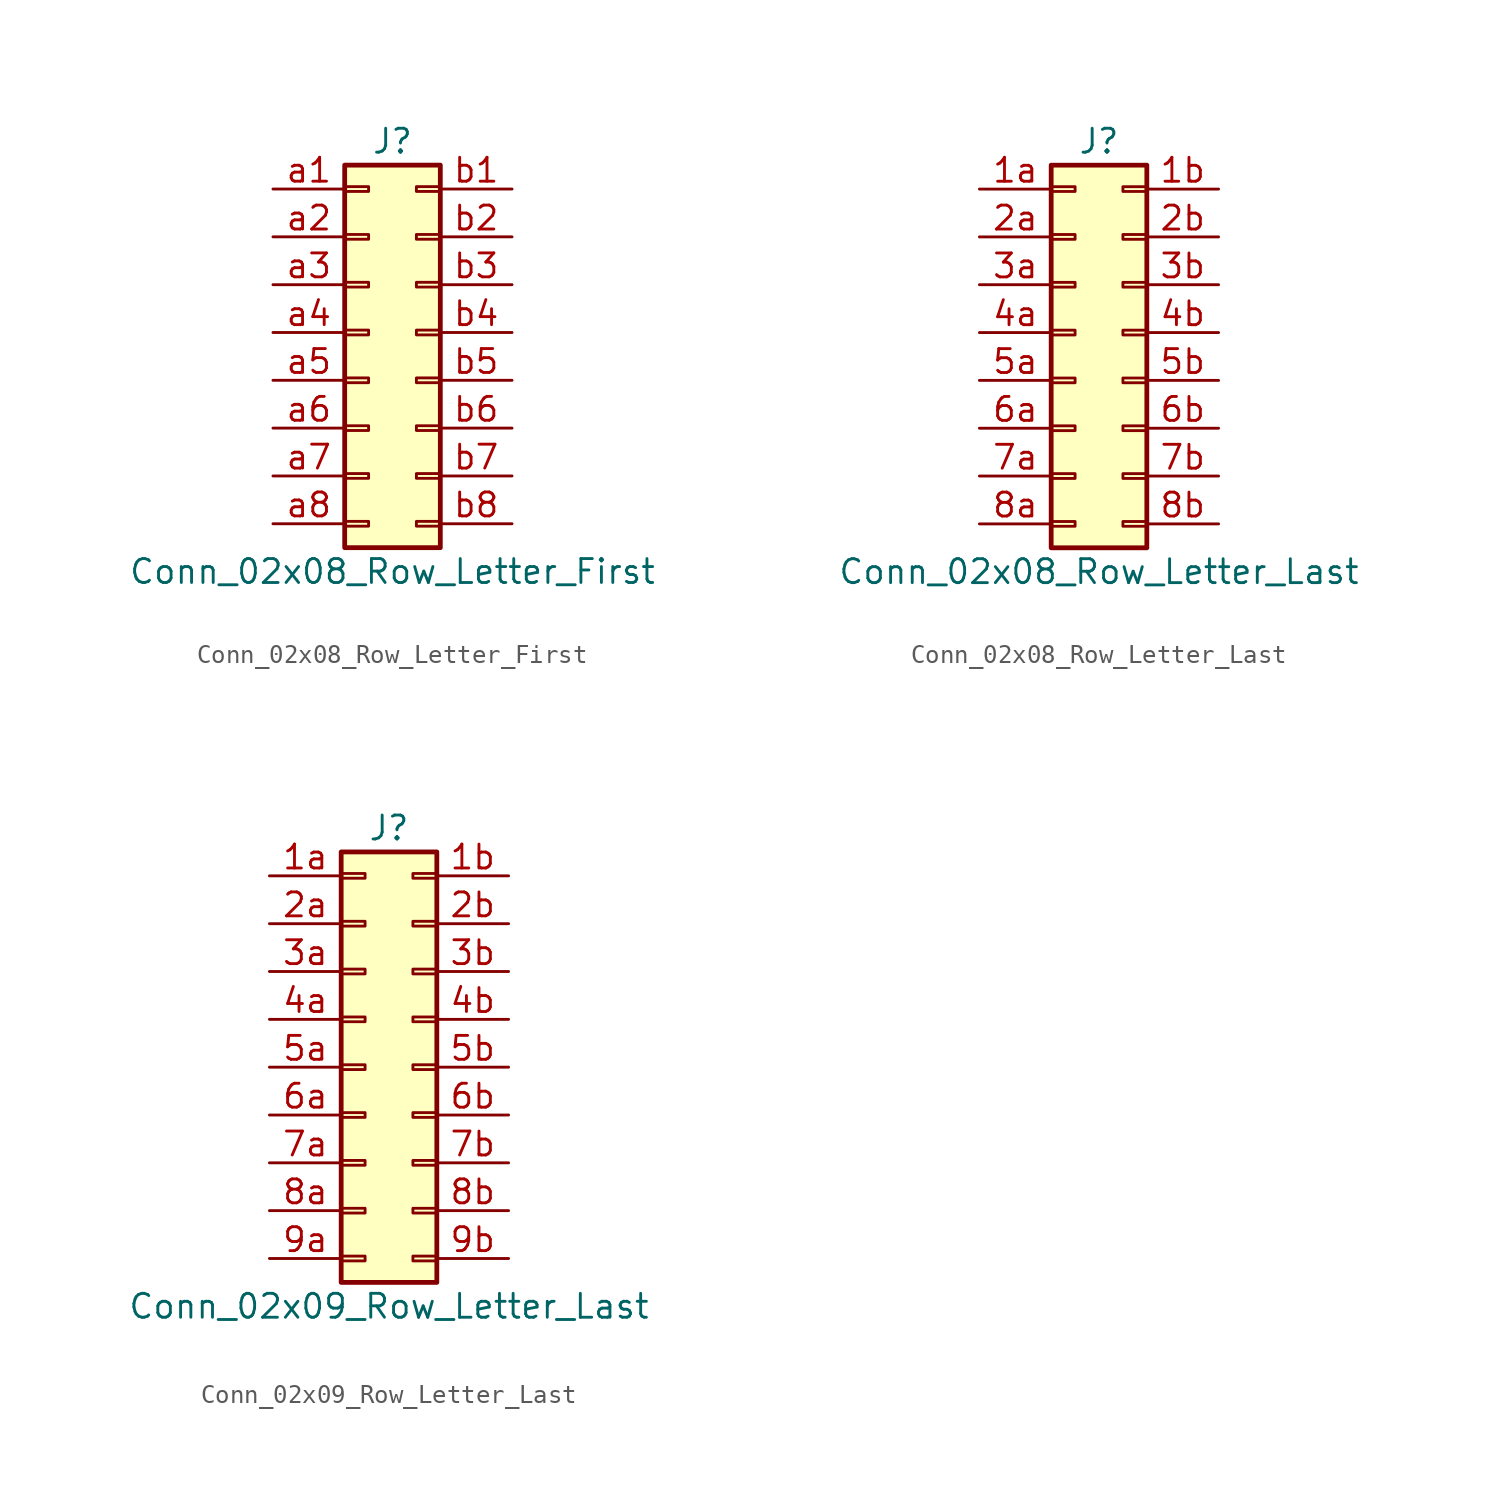
<source format=kicad_sym>
(kicad_symbol_lib
  (version 20201005)
  (generator kicad_symbol_editor)
  (symbol "Connector_Generic:Conn_02x08_Row_Letter_First"
    (pin_names
      (offset 1.016) hide)
    (property "Reference" "J"
      (at 1.27 10.16 0)
      (effects (font (size 1.27 1.27))))
    (property "Value" "Conn_02x08_Row_Letter_First"
      (at 1.27 -12.7 0)
      (effects (font (size 1.27 1.27))))
    (symbol "Conn_02x08_Row_Letter_First_1_1"
      (rectangle (start -1.27 -4.953) (end 0 -5.207) (stroke (width 0.152)) (fill (type none)))
      (rectangle (start -1.27 -7.493) (end 0 -7.747) (stroke (width 0.152)) (fill (type none)))
      (rectangle (start -1.27 -10.033) (end 0 -10.287) (stroke (width 0.152)) (fill (type none)))
      (rectangle (start -1.27 -2.413) (end 0 -2.667) (stroke (width 0.152)) (fill (type none)))
      (rectangle (start -1.27 2.667) (end 0 2.413) (stroke (width 0.152)) (fill (type none)))
      (rectangle (start -1.27 5.207) (end 0 4.953) (stroke (width 0.152)) (fill (type none)))
      (rectangle (start -1.27 7.747) (end 0 7.493) (stroke (width 0.152)) (fill (type none)))
      (rectangle (start -1.27 8.89) (end 3.81 -11.43) (stroke (width 0.254)) (fill (type background)))
      (rectangle (start -1.27 0.127) (end 0 -0.127) (stroke (width 0.152)) (fill (type none)))
      (rectangle (start 3.81 -4.953) (end 2.54 -5.207) (stroke (width 0.152)) (fill (type none)))
      (rectangle (start 3.81 -7.493) (end 2.54 -7.747) (stroke (width 0.152)) (fill (type none)))
      (rectangle (start 3.81 -10.033) (end 2.54 -10.287) (stroke (width 0.152)) (fill (type none)))
      (rectangle (start 3.81 -2.413) (end 2.54 -2.667) (stroke (width 0.152)) (fill (type none)))
      (rectangle (start 3.81 2.667) (end 2.54 2.413) (stroke (width 0.152)) (fill (type none)))
      (rectangle (start 3.81 5.207) (end 2.54 4.953) (stroke (width 0.152)) (fill (type none)))
      (rectangle (start 3.81 7.747) (end 2.54 7.493) (stroke (width 0.152)) (fill (type none)))
      (rectangle (start 3.81 0.127) (end 2.54 -0.127) (stroke (width 0.152)) (fill (type none)))
      (pin passive line (at -5.08 7.62 0) (length 3.81) (name "Pin_a1" (effects (font (size 1.27 1.27)))) (number "a1" (effects (font (size 1.27 1.27)))))
      (pin passive line (at -5.08 5.08 0) (length 3.81) (name "Pin_a2" (effects (font (size 1.27 1.27)))) (number "a2" (effects (font (size 1.27 1.27)))))
      (pin passive line (at -5.08 2.54 0) (length 3.81) (name "Pin_a3" (effects (font (size 1.27 1.27)))) (number "a3" (effects (font (size 1.27 1.27)))))
      (pin passive line (at -5.08 0 0) (length 3.81) (name "Pin_a4" (effects (font (size 1.27 1.27)))) (number "a4" (effects (font (size 1.27 1.27)))))
      (pin passive line (at -5.08 -2.54 0) (length 3.81) (name "Pin_a5" (effects (font (size 1.27 1.27)))) (number "a5" (effects (font (size 1.27 1.27)))))
      (pin passive line (at -5.08 -5.08 0) (length 3.81) (name "Pin_a6" (effects (font (size 1.27 1.27)))) (number "a6" (effects (font (size 1.27 1.27)))))
      (pin passive line (at -5.08 -7.62 0) (length 3.81) (name "Pin_a7" (effects (font (size 1.27 1.27)))) (number "a7" (effects (font (size 1.27 1.27)))))
      (pin passive line (at -5.08 -10.16 0) (length 3.81) (name "Pin_a8" (effects (font (size 1.27 1.27)))) (number "a8" (effects (font (size 1.27 1.27)))))
      (pin passive line (at 7.62 7.62 180) (length 3.81) (name "Pin_b1" (effects (font (size 1.27 1.27)))) (number "b1" (effects (font (size 1.27 1.27)))))
      (pin passive line (at 7.62 5.08 180) (length 3.81) (name "Pin_b2" (effects (font (size 1.27 1.27)))) (number "b2" (effects (font (size 1.27 1.27)))))
      (pin passive line (at 7.62 2.54 180) (length 3.81) (name "Pin_b3" (effects (font (size 1.27 1.27)))) (number "b3" (effects (font (size 1.27 1.27)))))
      (pin passive line (at 7.62 0 180) (length 3.81) (name "Pin_b4" (effects (font (size 1.27 1.27)))) (number "b4" (effects (font (size 1.27 1.27)))))
      (pin passive line (at 7.62 -2.54 180) (length 3.81) (name "Pin_b5" (effects (font (size 1.27 1.27)))) (number "b5" (effects (font (size 1.27 1.27)))))
      (pin passive line (at 7.62 -5.08 180) (length 3.81) (name "Pin_b6" (effects (font (size 1.27 1.27)))) (number "b6" (effects (font (size 1.27 1.27)))))
      (pin passive line (at 7.62 -7.62 180) (length 3.81) (name "Pin_b7" (effects (font (size 1.27 1.27)))) (number "b7" (effects (font (size 1.27 1.27)))))
      (pin passive line (at 7.62 -10.16 180) (length 3.81) (name "Pin_b8" (effects (font (size 1.27 1.27)))) (number "b8" (effects (font (size 1.27 1.27)))))))
  (symbol "Connector_Generic:Conn_02x08_Row_Letter_Last"
    (pin_names
      (offset 1.016) hide)
    (property "Reference" "J"
      (at 1.27 10.16 0)
      (effects (font (size 1.27 1.27))))
    (property "Value" "Conn_02x08_Row_Letter_Last"
      (at 1.27 -12.7 0)
      (effects (font (size 1.27 1.27))))
    (symbol "Conn_02x08_Row_Letter_Last_1_1"
      (rectangle (start -1.27 -4.953) (end 0 -5.207) (stroke (width 0.152)) (fill (type none)))
      (rectangle (start -1.27 -7.493) (end 0 -7.747) (stroke (width 0.152)) (fill (type none)))
      (rectangle (start -1.27 -10.033) (end 0 -10.287) (stroke (width 0.152)) (fill (type none)))
      (rectangle (start -1.27 -2.413) (end 0 -2.667) (stroke (width 0.152)) (fill (type none)))
      (rectangle (start -1.27 2.667) (end 0 2.413) (stroke (width 0.152)) (fill (type none)))
      (rectangle (start -1.27 5.207) (end 0 4.953) (stroke (width 0.152)) (fill (type none)))
      (rectangle (start -1.27 7.747) (end 0 7.493) (stroke (width 0.152)) (fill (type none)))
      (rectangle (start -1.27 8.89) (end 3.81 -11.43) (stroke (width 0.254)) (fill (type background)))
      (rectangle (start -1.27 0.127) (end 0 -0.127) (stroke (width 0.152)) (fill (type none)))
      (rectangle (start 3.81 -4.953) (end 2.54 -5.207) (stroke (width 0.152)) (fill (type none)))
      (rectangle (start 3.81 -7.493) (end 2.54 -7.747) (stroke (width 0.152)) (fill (type none)))
      (rectangle (start 3.81 -10.033) (end 2.54 -10.287) (stroke (width 0.152)) (fill (type none)))
      (rectangle (start 3.81 -2.413) (end 2.54 -2.667) (stroke (width 0.152)) (fill (type none)))
      (rectangle (start 3.81 2.667) (end 2.54 2.413) (stroke (width 0.152)) (fill (type none)))
      (rectangle (start 3.81 5.207) (end 2.54 4.953) (stroke (width 0.152)) (fill (type none)))
      (rectangle (start 3.81 7.747) (end 2.54 7.493) (stroke (width 0.152)) (fill (type none)))
      (rectangle (start 3.81 0.127) (end 2.54 -0.127) (stroke (width 0.152)) (fill (type none)))
      (pin passive line (at -5.08 7.62 0) (length 3.81) (name "Pin_1a" (effects (font (size 1.27 1.27)))) (number "1a" (effects (font (size 1.27 1.27)))))
      (pin passive line (at 7.62 7.62 180) (length 3.81) (name "Pin_1b" (effects (font (size 1.27 1.27)))) (number "1b" (effects (font (size 1.27 1.27)))))
      (pin passive line (at -5.08 5.08 0) (length 3.81) (name "Pin_2a" (effects (font (size 1.27 1.27)))) (number "2a" (effects (font (size 1.27 1.27)))))
      (pin passive line (at 7.62 5.08 180) (length 3.81) (name "Pin_2b" (effects (font (size 1.27 1.27)))) (number "2b" (effects (font (size 1.27 1.27)))))
      (pin passive line (at -5.08 2.54 0) (length 3.81) (name "Pin_3a" (effects (font (size 1.27 1.27)))) (number "3a" (effects (font (size 1.27 1.27)))))
      (pin passive line (at 7.62 2.54 180) (length 3.81) (name "Pin_3b" (effects (font (size 1.27 1.27)))) (number "3b" (effects (font (size 1.27 1.27)))))
      (pin passive line (at -5.08 0 0) (length 3.81) (name "Pin_4a" (effects (font (size 1.27 1.27)))) (number "4a" (effects (font (size 1.27 1.27)))))
      (pin passive line (at 7.62 0 180) (length 3.81) (name "Pin_4b" (effects (font (size 1.27 1.27)))) (number "4b" (effects (font (size 1.27 1.27)))))
      (pin passive line (at -5.08 -2.54 0) (length 3.81) (name "Pin_5a" (effects (font (size 1.27 1.27)))) (number "5a" (effects (font (size 1.27 1.27)))))
      (pin passive line (at 7.62 -2.54 180) (length 3.81) (name "Pin_5b" (effects (font (size 1.27 1.27)))) (number "5b" (effects (font (size 1.27 1.27)))))
      (pin passive line (at -5.08 -5.08 0) (length 3.81) (name "Pin_6a" (effects (font (size 1.27 1.27)))) (number "6a" (effects (font (size 1.27 1.27)))))
      (pin passive line (at 7.62 -5.08 180) (length 3.81) (name "Pin_6b" (effects (font (size 1.27 1.27)))) (number "6b" (effects (font (size 1.27 1.27)))))
      (pin passive line (at -5.08 -7.62 0) (length 3.81) (name "Pin_7a" (effects (font (size 1.27 1.27)))) (number "7a" (effects (font (size 1.27 1.27)))))
      (pin passive line (at 7.62 -7.62 180) (length 3.81) (name "Pin_7b" (effects (font (size 1.27 1.27)))) (number "7b" (effects (font (size 1.27 1.27)))))
      (pin passive line (at -5.08 -10.16 0) (length 3.81) (name "Pin_8a" (effects (font (size 1.27 1.27)))) (number "8a" (effects (font (size 1.27 1.27)))))
      (pin passive line (at 7.62 -10.16 180) (length 3.81) (name "Pin_8b" (effects (font (size 1.27 1.27)))) (number "8b" (effects (font (size 1.27 1.27)))))))
  (symbol "Connector_Generic:Conn_02x09_Row_Letter_Last"
    (pin_names
      (offset 1.016) hide)
    (property "Reference" "J"
      (at 1.27 12.7 0)
      (effects (font (size 1.27 1.27))))
    (property "Value" "Conn_02x09_Row_Letter_Last"
      (at 1.27 -12.7 0)
      (effects (font (size 1.27 1.27))))
    (symbol "Conn_02x09_Row_Letter_Last_1_1"
      (rectangle (start -1.27 -4.953) (end 0 -5.207) (stroke (width 0.152)) (fill (type none)))
      (rectangle (start -1.27 -7.493) (end 0 -7.747) (stroke (width 0.152)) (fill (type none)))
      (rectangle (start -1.27 -10.033) (end 0 -10.287) (stroke (width 0.152)) (fill (type none)))
      (rectangle (start -1.27 -2.413) (end 0 -2.667) (stroke (width 0.152)) (fill (type none)))
      (rectangle (start -1.27 2.667) (end 0 2.413) (stroke (width 0.152)) (fill (type none)))
      (rectangle (start -1.27 5.207) (end 0 4.953) (stroke (width 0.152)) (fill (type none)))
      (rectangle (start -1.27 7.747) (end 0 7.493) (stroke (width 0.152)) (fill (type none)))
      (rectangle (start -1.27 10.287) (end 0 10.033) (stroke (width 0.152)) (fill (type none)))
      (rectangle (start -1.27 11.43) (end 3.81 -11.43) (stroke (width 0.254)) (fill (type background)))
      (rectangle (start -1.27 0.127) (end 0 -0.127) (stroke (width 0.152)) (fill (type none)))
      (rectangle (start 3.81 -4.953) (end 2.54 -5.207) (stroke (width 0.152)) (fill (type none)))
      (rectangle (start 3.81 -7.493) (end 2.54 -7.747) (stroke (width 0.152)) (fill (type none)))
      (rectangle (start 3.81 -10.033) (end 2.54 -10.287) (stroke (width 0.152)) (fill (type none)))
      (rectangle (start 3.81 -2.413) (end 2.54 -2.667) (stroke (width 0.152)) (fill (type none)))
      (rectangle (start 3.81 2.667) (end 2.54 2.413) (stroke (width 0.152)) (fill (type none)))
      (rectangle (start 3.81 5.207) (end 2.54 4.953) (stroke (width 0.152)) (fill (type none)))
      (rectangle (start 3.81 7.747) (end 2.54 7.493) (stroke (width 0.152)) (fill (type none)))
      (rectangle (start 3.81 10.287) (end 2.54 10.033) (stroke (width 0.152)) (fill (type none)))
      (rectangle (start 3.81 0.127) (end 2.54 -0.127) (stroke (width 0.152)) (fill (type none)))
      (pin passive line (at -5.08 10.16 0) (length 3.81) (name "Pin_1a" (effects (font (size 1.27 1.27)))) (number "1a" (effects (font (size 1.27 1.27)))))
      (pin passive line (at 7.62 10.16 180) (length 3.81) (name "Pin_1b" (effects (font (size 1.27 1.27)))) (number "1b" (effects (font (size 1.27 1.27)))))
      (pin passive line (at -5.08 7.62 0) (length 3.81) (name "Pin_2a" (effects (font (size 1.27 1.27)))) (number "2a" (effects (font (size 1.27 1.27)))))
      (pin passive line (at 7.62 7.62 180) (length 3.81) (name "Pin_2b" (effects (font (size 1.27 1.27)))) (number "2b" (effects (font (size 1.27 1.27)))))
      (pin passive line (at -5.08 5.08 0) (length 3.81) (name "Pin_3a" (effects (font (size 1.27 1.27)))) (number "3a" (effects (font (size 1.27 1.27)))))
      (pin passive line (at 7.62 5.08 180) (length 3.81) (name "Pin_3b" (effects (font (size 1.27 1.27)))) (number "3b" (effects (font (size 1.27 1.27)))))
      (pin passive line (at -5.08 2.54 0) (length 3.81) (name "Pin_4a" (effects (font (size 1.27 1.27)))) (number "4a" (effects (font (size 1.27 1.27)))))
      (pin passive line (at 7.62 2.54 180) (length 3.81) (name "Pin_4b" (effects (font (size 1.27 1.27)))) (number "4b" (effects (font (size 1.27 1.27)))))
      (pin passive line (at -5.08 0 0) (length 3.81) (name "Pin_5a" (effects (font (size 1.27 1.27)))) (number "5a" (effects (font (size 1.27 1.27)))))
      (pin passive line (at 7.62 0 180) (length 3.81) (name "Pin_5b" (effects (font (size 1.27 1.27)))) (number "5b" (effects (font (size 1.27 1.27)))))
      (pin passive line (at -5.08 -2.54 0) (length 3.81) (name "Pin_6a" (effects (font (size 1.27 1.27)))) (number "6a" (effects (font (size 1.27 1.27)))))
      (pin passive line (at 7.62 -2.54 180) (length 3.81) (name "Pin_6b" (effects (font (size 1.27 1.27)))) (number "6b" (effects (font (size 1.27 1.27)))))
      (pin passive line (at -5.08 -5.08 0) (length 3.81) (name "Pin_7a" (effects (font (size 1.27 1.27)))) (number "7a" (effects (font (size 1.27 1.27)))))
      (pin passive line (at 7.62 -5.08 180) (length 3.81) (name "Pin_7b" (effects (font (size 1.27 1.27)))) (number "7b" (effects (font (size 1.27 1.27)))))
      (pin passive line (at -5.08 -7.62 0) (length 3.81) (name "Pin_8a" (effects (font (size 1.27 1.27)))) (number "8a" (effects (font (size 1.27 1.27)))))
      (pin passive line (at 7.62 -7.62 180) (length 3.81) (name "Pin_8b" (effects (font (size 1.27 1.27)))) (number "8b" (effects (font (size 1.27 1.27)))))
      (pin passive line (at -5.08 -10.16 0) (length 3.81) (name "Pin_9a" (effects (font (size 1.27 1.27)))) (number "9a" (effects (font (size 1.27 1.27)))))
      (pin passive line (at 7.62 -10.16 180) (length 3.81) (name "Pin_9b" (effects (font (size 1.27 1.27)))) (number "9b" (effects (font (size 1.27 1.27))))))))
</source>
